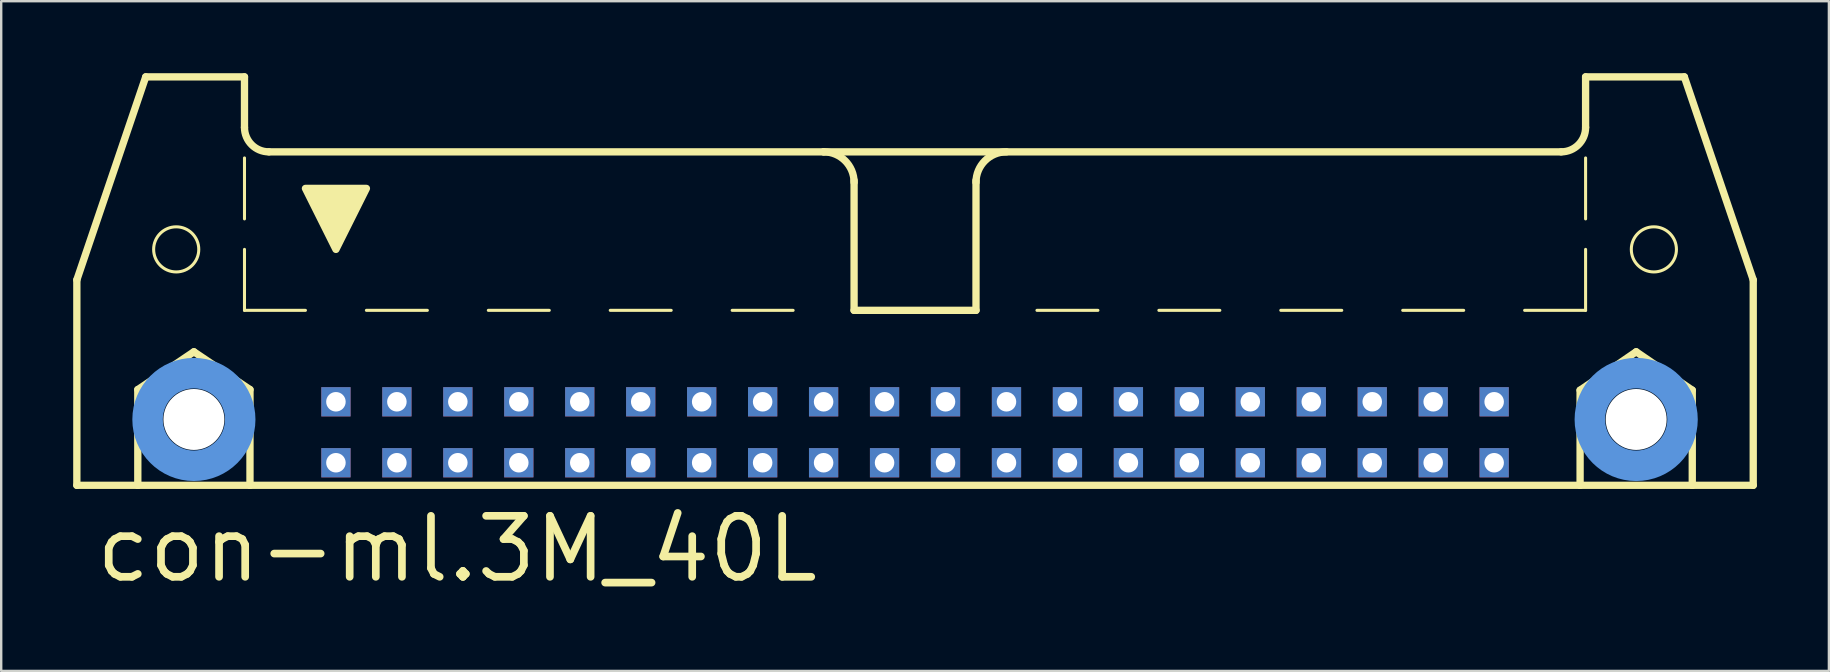
<source format=kicad_pcb>
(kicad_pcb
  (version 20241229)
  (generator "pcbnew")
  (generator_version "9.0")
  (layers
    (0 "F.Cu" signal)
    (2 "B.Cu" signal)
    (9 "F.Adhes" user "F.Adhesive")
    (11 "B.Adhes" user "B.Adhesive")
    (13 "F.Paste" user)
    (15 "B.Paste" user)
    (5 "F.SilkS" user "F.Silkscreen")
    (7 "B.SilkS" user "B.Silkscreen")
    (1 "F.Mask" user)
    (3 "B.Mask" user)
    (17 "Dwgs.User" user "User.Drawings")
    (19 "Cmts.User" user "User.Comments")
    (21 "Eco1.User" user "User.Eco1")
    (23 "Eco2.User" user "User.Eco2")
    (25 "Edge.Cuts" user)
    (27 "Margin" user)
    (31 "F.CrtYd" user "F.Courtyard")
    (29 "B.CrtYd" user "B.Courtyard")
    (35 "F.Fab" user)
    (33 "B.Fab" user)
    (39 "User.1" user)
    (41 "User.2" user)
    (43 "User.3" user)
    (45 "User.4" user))
  (footprint "con-ml.3M_40L"
    (layer "F.Cu")
    (at 35.077 11.151)
    (property "Reference" "con-ml.3M_40L" (at -34.29 10.16 0) (layer "F.SilkS") (effects (font (size 2.54 2.54) (thickness 0.32)) (justify left bottom)))
    (attr through_hole)
    (fp_line (start -34.925 -2.54) (end -34.925 6.02) (stroke (width 0.305) (type default)) (layer "F.SilkS"))
    (fp_line (start -34.925 -2.54) (end -32.055 -10.998) (stroke (width 0.305) (type default)) (layer "F.SilkS"))
    (fp_line (start -34.925 6.02) (end -32.385 6.02) (stroke (width 0.305) (type default)) (layer "F.SilkS"))
    (fp_line (start -32.385 2.032) (end -30.048 0.457) (stroke (width 0.305) (type default)) (layer "F.SilkS"))
    (fp_line (start -32.385 6.02) (end -32.385 2.032) (stroke (width 0.305) (type default)) (layer "F.SilkS"))
    (fp_line (start -32.385 6.02) (end -27.711 6.02) (stroke (width 0.305) (type default)) (layer "F.SilkS"))
    (fp_line (start -30.048 0.457) (end -27.711 2.032) (stroke (width 0.305) (type default)) (layer "F.SilkS"))
    (fp_line (start -27.94 -10.998) (end -32.055 -10.998) (stroke (width 0.305) (type default)) (layer "F.SilkS"))
    (fp_line (start -27.94 -8.89) (end -27.94 -10.998) (stroke (width 0.305) (type default)) (layer "F.SilkS"))
    (fp_line (start -27.94 -5.08) (end -27.94 -7.62) (stroke (width 0.127) (type default)) (layer "F.SilkS"))
    (fp_line (start -27.94 -1.27) (end -27.94 -3.81) (stroke (width 0.127) (type default)) (layer "F.SilkS"))
    (fp_line (start -27.94 -1.27) (end -25.4 -1.27) (stroke (width 0.127) (type default)) (layer "F.SilkS"))
    (fp_line (start -27.711 2.032) (end -27.711 6.02) (stroke (width 0.305) (type default)) (layer "F.SilkS"))
    (fp_line (start -27.711 6.02) (end 27.711 6.02) (stroke (width 0.305) (type default)) (layer "F.SilkS"))
    (fp_line (start -22.86 -1.27) (end -20.32 -1.27) (stroke (width 0.127) (type default)) (layer "F.SilkS"))
    (fp_line (start -17.78 -1.27) (end -15.24 -1.27) (stroke (width 0.127) (type default)) (layer "F.SilkS"))
    (fp_line (start -12.7 -1.27) (end -10.16 -1.27) (stroke (width 0.127) (type default)) (layer "F.SilkS"))
    (fp_line (start -7.62 -1.27) (end -5.08 -1.27) (stroke (width 0.127) (type default)) (layer "F.SilkS"))
    (fp_line (start -3.81 -7.874) (end -26.924 -7.874) (stroke (width 0.305) (type default)) (layer "F.SilkS"))
    (fp_line (start -3.81 -7.874) (end 26.924 -7.874) (stroke (width 0.305) (type default)) (layer "F.SilkS"))
    (fp_line (start -2.54 -1.27) (end -2.54 -6.68) (stroke (width 0.305) (type default)) (layer "F.SilkS"))
    (fp_line (start 0 -1.27) (end 2.54 -1.27) (stroke (width 0.127) (type default)) (layer "F.SilkS"))
    (fp_line (start 2.54 -1.27) (end -2.54 -1.27) (stroke (width 0.305) (type default)) (layer "F.SilkS"))
    (fp_line (start 2.54 -1.27) (end 2.54 -6.68) (stroke (width 0.305) (type default)) (layer "F.SilkS"))
    (fp_line (start 7.62 -1.27) (end 5.08 -1.27) (stroke (width 0.127) (type default)) (layer "F.SilkS"))
    (fp_line (start 12.7 -1.27) (end 10.16 -1.27) (stroke (width 0.127) (type default)) (layer "F.SilkS"))
    (fp_line (start 17.78 -1.27) (end 15.24 -1.27) (stroke (width 0.127) (type default)) (layer "F.SilkS"))
    (fp_line (start 22.86 -1.27) (end 20.32 -1.27) (stroke (width 0.127) (type default)) (layer "F.SilkS"))
    (fp_line (start 27.711 2.057) (end 30.048 0.457) (stroke (width 0.305) (type default)) (layer "F.SilkS"))
    (fp_line (start 27.711 6.02) (end 27.711 2.057) (stroke (width 0.305) (type default)) (layer "F.SilkS"))
    (fp_line (start 27.711 6.02) (end 32.385 6.02) (stroke (width 0.305) (type default)) (layer "F.SilkS"))
    (fp_line (start 27.94 -10.998) (end 32.055 -10.998) (stroke (width 0.305) (type default)) (layer "F.SilkS"))
    (fp_line (start 27.94 -8.89) (end 27.94 -10.998) (stroke (width 0.305) (type default)) (layer "F.SilkS"))
    (fp_line (start 27.94 -5.08) (end 27.94 -7.62) (stroke (width 0.127) (type default)) (layer "F.SilkS"))
    (fp_line (start 27.94 -1.27) (end 25.4 -1.27) (stroke (width 0.127) (type default)) (layer "F.SilkS"))
    (fp_line (start 27.94 -1.27) (end 27.94 -3.81) (stroke (width 0.127) (type default)) (layer "F.SilkS"))
    (fp_line (start 30.048 0.457) (end 32.385 2.057) (stroke (width 0.305) (type default)) (layer "F.SilkS"))
    (fp_line (start 32.385 2.057) (end 32.385 6.02) (stroke (width 0.305) (type default)) (layer "F.SilkS"))
    (fp_line (start 32.385 6.02) (end 34.925 6.02) (stroke (width 0.305) (type default)) (layer "F.SilkS"))
    (fp_line (start 34.925 -2.54) (end 32.055 -10.998) (stroke (width 0.305) (type default)) (layer "F.SilkS"))
    (fp_line (start 34.925 6.02) (end 34.925 -2.54) (stroke (width 0.305) (type default)) (layer "F.SilkS"))
    (fp_arc (start -26.924 -7.874) (mid -27.64242 -8.17158) (end -27.94 -8.89) (stroke (width 0.3048) (type default)) (layer "F.SilkS"))
    (fp_arc (start -3.81 -7.874) (mid -2.911974 -7.502026) (end -2.54 -6.604) (stroke (width 0.3048) (type default)) (layer "F.SilkS"))
    (fp_arc (start 2.54 -6.604) (mid 2.911974 -7.502026) (end 3.81 -7.874) (stroke (width 0.3048) (type default)) (layer "F.SilkS"))
    (fp_arc (start 27.94 -8.89) (mid 27.64242 -8.17158) (end 26.924 -7.874) (stroke (width 0.3048) (type default)) (layer "F.SilkS"))
    (fp_circle (center -30.785 -3.81) (end -29.845 -3.81) (stroke (width 0.127) (type default)) (fill no) (layer "F.SilkS"))
    (fp_circle (center 30.785 -3.81) (end 31.725 -3.81) (stroke (width 0.127) (type default)) (fill no) (layer "F.SilkS"))
    (fp_poly (pts (xy -25.4 -6.35) (xy -22.86 -6.35) (xy -24.13 -3.81)) (stroke (width 0.305) (type default)) (fill yes) (layer "F.SilkS"))
    (fp_circle (center -30.048 3.277) (end -28.118 3.277) (stroke (width 1.27) (type default)) (fill no) (layer "Cmts.User"))
    (fp_circle (center 30.048 3.277) (end 31.979 3.277) (stroke (width 1.27) (type default)) (fill no) (layer "Cmts.User"))
    (pad "" np_thru_hole circle (at -30.048 3.277) (size 2.54 2.54) (drill 2.54) (layers "*.Cu" "*.Mask"))
    (pad "" np_thru_hole circle (at 30.048 3.277) (size 2.54 2.54) (drill 2.54) (layers "*.Cu" "*.Mask"))
    (pad "1" thru_hole rect (at -24.13 5.08) (size 1.219 1.219) (drill 0.813) (layers "*.Cu" "*.Mask"))
    (pad "2" thru_hole rect (at -24.13 2.54) (size 1.219 1.219) (drill 0.813) (layers "*.Cu" "*.Mask"))
    (pad "3" thru_hole rect (at -21.59 5.08) (size 1.219 1.219) (drill 0.813) (layers "*.Cu" "*.Mask"))
    (pad "4" thru_hole rect (at -21.59 2.54) (size 1.219 1.219) (drill 0.813) (layers "*.Cu" "*.Mask"))
    (pad "5" thru_hole rect (at -19.05 5.08) (size 1.219 1.219) (drill 0.813) (layers "*.Cu" "*.Mask"))
    (pad "6" thru_hole rect (at -19.05 2.54) (size 1.219 1.219) (drill 0.813) (layers "*.Cu" "*.Mask"))
    (pad "7" thru_hole rect (at -16.51 5.08) (size 1.219 1.219) (drill 0.813) (layers "*.Cu" "*.Mask"))
    (pad "8" thru_hole rect (at -16.51 2.54) (size 1.219 1.219) (drill 0.813) (layers "*.Cu" "*.Mask"))
    (pad "9" thru_hole rect (at -13.97 5.08) (size 1.219 1.219) (drill 0.813) (layers "*.Cu" "*.Mask"))
    (pad "10" thru_hole rect (at -13.97 2.54) (size 1.219 1.219) (drill 0.813) (layers "*.Cu" "*.Mask"))
    (pad "11" thru_hole rect (at -11.43 5.08) (size 1.219 1.219) (drill 0.813) (layers "*.Cu" "*.Mask"))
    (pad "12" thru_hole rect (at -11.43 2.54) (size 1.219 1.219) (drill 0.813) (layers "*.Cu" "*.Mask"))
    (pad "13" thru_hole rect (at -8.89 5.08) (size 1.219 1.219) (drill 0.813) (layers "*.Cu" "*.Mask"))
    (pad "14" thru_hole rect (at -8.89 2.54) (size 1.219 1.219) (drill 0.813) (layers "*.Cu" "*.Mask"))
    (pad "15" thru_hole rect (at -6.35 5.08) (size 1.219 1.219) (drill 0.813) (layers "*.Cu" "*.Mask"))
    (pad "16" thru_hole rect (at -6.35 2.54) (size 1.219 1.219) (drill 0.813) (layers "*.Cu" "*.Mask"))
    (pad "17" thru_hole rect (at -3.81 5.08) (size 1.219 1.219) (drill 0.813) (layers "*.Cu" "*.Mask"))
    (pad "18" thru_hole rect (at -3.81 2.54) (size 1.219 1.219) (drill 0.813) (layers "*.Cu" "*.Mask"))
    (pad "19" thru_hole rect (at -1.27 5.08) (size 1.219 1.219) (drill 0.813) (layers "*.Cu" "*.Mask"))
    (pad "20" thru_hole rect (at -1.27 2.54) (size 1.219 1.219) (drill 0.813) (layers "*.Cu" "*.Mask"))
    (pad "21" thru_hole rect (at 1.27 5.08) (size 1.219 1.219) (drill 0.813) (layers "*.Cu" "*.Mask"))
    (pad "22" thru_hole rect (at 1.27 2.54) (size 1.219 1.219) (drill 0.813) (layers "*.Cu" "*.Mask"))
    (pad "23" thru_hole rect (at 3.81 5.08) (size 1.219 1.219) (drill 0.813) (layers "*.Cu" "*.Mask"))
    (pad "24" thru_hole rect (at 3.81 2.54) (size 1.219 1.219) (drill 0.813) (layers "*.Cu" "*.Mask"))
    (pad "25" thru_hole rect (at 6.35 5.08) (size 1.219 1.219) (drill 0.813) (layers "*.Cu" "*.Mask"))
    (pad "26" thru_hole rect (at 6.35 2.54) (size 1.219 1.219) (drill 0.813) (layers "*.Cu" "*.Mask"))
    (pad "27" thru_hole rect (at 8.89 5.08) (size 1.219 1.219) (drill 0.813) (layers "*.Cu" "*.Mask"))
    (pad "28" thru_hole rect (at 8.89 2.54) (size 1.219 1.219) (drill 0.813) (layers "*.Cu" "*.Mask"))
    (pad "29" thru_hole rect (at 11.43 5.08) (size 1.219 1.219) (drill 0.813) (layers "*.Cu" "*.Mask"))
    (pad "30" thru_hole rect (at 11.43 2.54) (size 1.219 1.219) (drill 0.813) (layers "*.Cu" "*.Mask"))
    (pad "31" thru_hole rect (at 13.97 5.08) (size 1.219 1.219) (drill 0.813) (layers "*.Cu" "*.Mask"))
    (pad "32" thru_hole rect (at 13.97 2.54) (size 1.219 1.219) (drill 0.813) (layers "*.Cu" "*.Mask"))
    (pad "33" thru_hole rect (at 16.51 5.08) (size 1.219 1.219) (drill 0.813) (layers "*.Cu" "*.Mask"))
    (pad "34" thru_hole rect (at 16.51 2.54) (size 1.219 1.219) (drill 0.813) (layers "*.Cu" "*.Mask"))
    (pad "35" thru_hole rect (at 19.05 5.08) (size 1.219 1.219) (drill 0.813) (layers "*.Cu" "*.Mask"))
    (pad "36" thru_hole rect (at 19.05 2.54) (size 1.219 1.219) (drill 0.813) (layers "*.Cu" "*.Mask"))
    (pad "37" thru_hole rect (at 21.59 5.08) (size 1.219 1.219) (drill 0.813) (layers "*.Cu" "*.Mask"))
    (pad "38" thru_hole rect (at 21.59 2.54) (size 1.219 1.219) (drill 0.813) (layers "*.Cu" "*.Mask"))
    (pad "39" thru_hole rect (at 24.13 5.08) (size 1.219 1.219) (drill 0.813) (layers "*.Cu" "*.Mask"))
    (pad "40" thru_hole rect (at 24.13 2.54) (size 1.219 1.219) (drill 0.813) (layers "*.Cu" "*.Mask")))
  (gr_rect
    (start -3 -3)
    (end 73.155 24.906)
    (stroke (width 0.1) (type default))
    (fill no)
    (layer "Edge.Cuts")))
</source>
